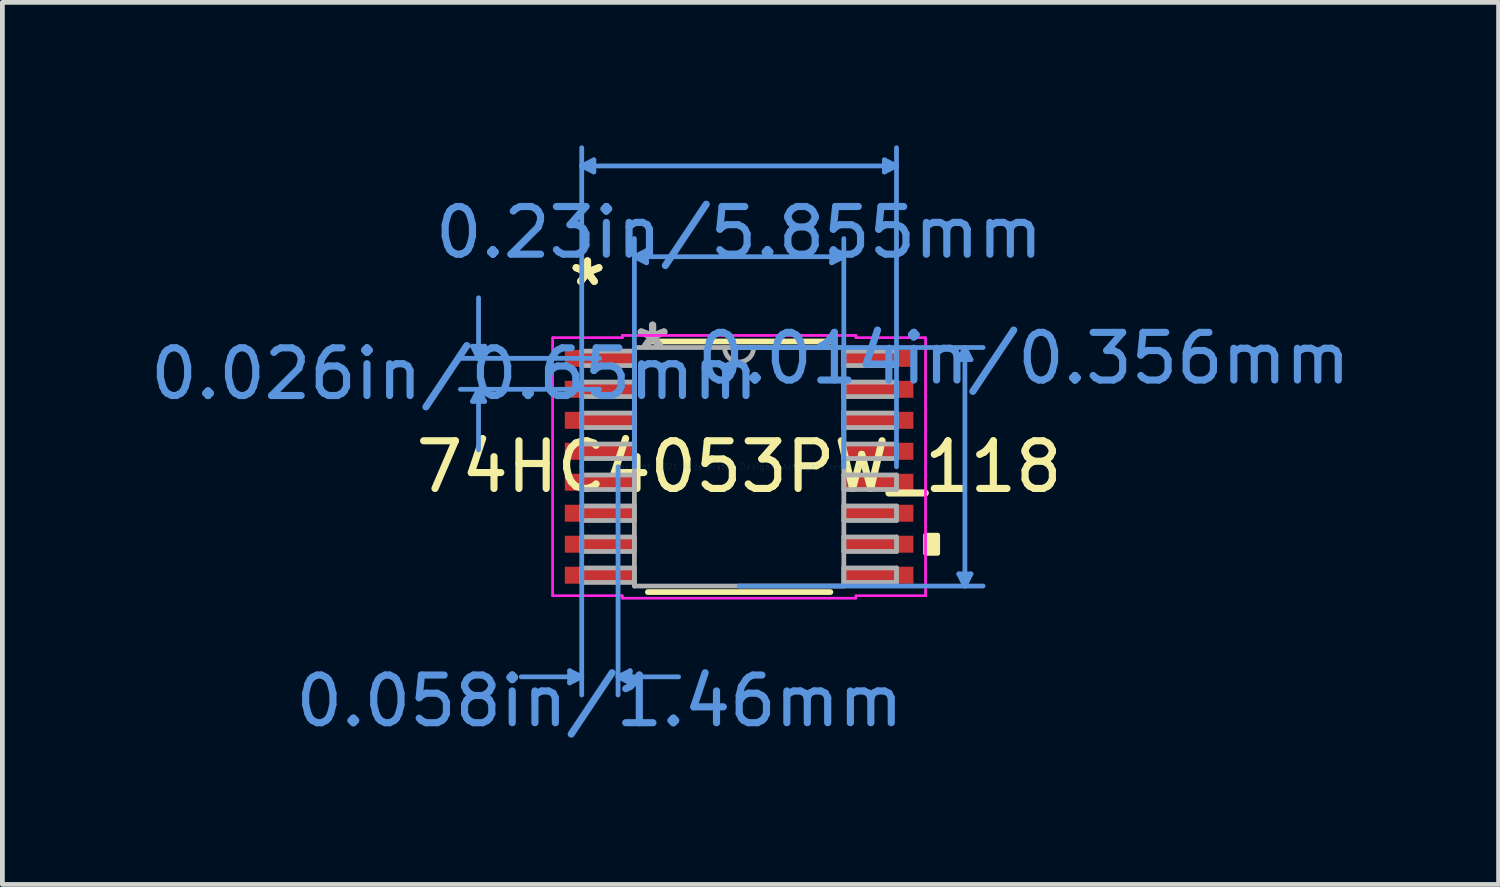
<source format=kicad_pcb>
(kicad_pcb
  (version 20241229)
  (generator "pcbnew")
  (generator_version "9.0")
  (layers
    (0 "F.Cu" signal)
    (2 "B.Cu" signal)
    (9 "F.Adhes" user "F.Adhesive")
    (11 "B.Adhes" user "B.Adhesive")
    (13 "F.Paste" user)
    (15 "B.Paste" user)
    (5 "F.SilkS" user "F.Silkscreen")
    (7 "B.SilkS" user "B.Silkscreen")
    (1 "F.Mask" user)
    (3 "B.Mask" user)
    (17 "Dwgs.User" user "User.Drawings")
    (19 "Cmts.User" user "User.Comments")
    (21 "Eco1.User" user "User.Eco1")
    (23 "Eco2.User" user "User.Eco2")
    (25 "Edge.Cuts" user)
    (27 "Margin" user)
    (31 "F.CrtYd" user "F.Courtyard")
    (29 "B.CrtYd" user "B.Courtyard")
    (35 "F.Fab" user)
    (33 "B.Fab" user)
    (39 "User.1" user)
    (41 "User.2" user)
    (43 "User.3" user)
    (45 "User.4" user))
  (footprint "74HC4053PW_118"
    (layer "F.Cu")
    (at 12.457 6.743)
    (property "Reference" "74HC4053PW_118" (at 0 0 0) (layer "F.SilkS") (effects (font (size 1 1) (thickness 0.15))))
    (attr through_hole)
    (fp_line (start -1.915 2.629) (end 1.915 2.629) (stroke (width 0.12) (type solid)) (layer "F.SilkS"))
    (fp_line (start 1.915 -2.629) (end -1.915 -2.629) (stroke (width 0.12) (type solid)) (layer "F.SilkS"))
    (fp_poly (pts (xy 4.166 1.435) (xy 4.166 1.816) (xy 3.912 1.816) (xy 3.912 1.435)) (stroke (width 0.1) (type solid)) (fill yes) (layer "F.SilkS"))
    (fp_line (start -5.594 -2.529) (end -5.34 -2.529) (stroke (width 0.1) (type solid)) (layer "Cmts.User"))
    (fp_line (start -5.594 -1.371) (end -5.34 -1.371) (stroke (width 0.1) (type solid)) (layer "Cmts.User"))
    (fp_line (start -5.467 -2.275) (end -5.594 -2.529) (stroke (width 0.1) (type solid)) (layer "Cmts.User"))
    (fp_line (start -5.467 -2.275) (end -5.467 -3.545) (stroke (width 0.1) (type solid)) (layer "Cmts.User"))
    (fp_line (start -5.467 -2.275) (end -5.34 -2.529) (stroke (width 0.1) (type solid)) (layer "Cmts.User"))
    (fp_line (start -5.467 -1.625) (end -5.594 -1.371) (stroke (width 0.1) (type solid)) (layer "Cmts.User"))
    (fp_line (start -5.467 -1.625) (end -5.467 -0.355) (stroke (width 0.1) (type solid)) (layer "Cmts.User"))
    (fp_line (start -5.467 -1.625) (end -5.34 -1.371) (stroke (width 0.1) (type solid)) (layer "Cmts.User"))
    (fp_line (start -3.556 4.28) (end -3.556 4.534) (stroke (width 0.1) (type solid)) (layer "Cmts.User"))
    (fp_line (start -3.302 -6.312) (end -3.048 -6.439) (stroke (width 0.1) (type solid)) (layer "Cmts.User"))
    (fp_line (start -3.302 -6.312) (end -3.048 -6.185) (stroke (width 0.1) (type solid)) (layer "Cmts.User"))
    (fp_line (start -3.302 -6.312) (end 3.302 -6.312) (stroke (width 0.1) (type solid)) (layer "Cmts.User"))
    (fp_line (start -3.302 0) (end -3.302 -6.693) (stroke (width 0.1) (type solid)) (layer "Cmts.User"))
    (fp_line (start -3.302 0) (end -3.302 4.788) (stroke (width 0.1) (type solid)) (layer "Cmts.User"))
    (fp_line (start -3.302 4.407) (end -4.572 4.407) (stroke (width 0.1) (type solid)) (layer "Cmts.User"))
    (fp_line (start -3.302 4.407) (end -3.556 4.28) (stroke (width 0.1) (type solid)) (layer "Cmts.User"))
    (fp_line (start -3.302 4.407) (end -3.556 4.534) (stroke (width 0.1) (type solid)) (layer "Cmts.User"))
    (fp_line (start -3.048 -6.439) (end -3.048 -6.185) (stroke (width 0.1) (type solid)) (layer "Cmts.User"))
    (fp_line (start -2.927 -2.275) (end -5.848 -2.275) (stroke (width 0.1) (type solid)) (layer "Cmts.User"))
    (fp_line (start -2.927 -1.625) (end -5.848 -1.625) (stroke (width 0.1) (type solid)) (layer "Cmts.User"))
    (fp_line (start -2.54 0) (end -2.54 4.788) (stroke (width 0.1) (type solid)) (layer "Cmts.User"))
    (fp_line (start -2.54 4.407) (end -2.286 4.28) (stroke (width 0.1) (type solid)) (layer "Cmts.User"))
    (fp_line (start -2.54 4.407) (end -2.286 4.534) (stroke (width 0.1) (type solid)) (layer "Cmts.User"))
    (fp_line (start -2.54 4.407) (end -1.27 4.407) (stroke (width 0.1) (type solid)) (layer "Cmts.User"))
    (fp_line (start -2.286 4.28) (end -2.286 4.534) (stroke (width 0.1) (type solid)) (layer "Cmts.User"))
    (fp_line (start -2.197 -4.407) (end -1.943 -4.534) (stroke (width 0.1) (type solid)) (layer "Cmts.User"))
    (fp_line (start -2.197 -4.407) (end -1.943 -4.28) (stroke (width 0.1) (type solid)) (layer "Cmts.User"))
    (fp_line (start -2.197 -4.407) (end 2.197 -4.407) (stroke (width 0.1) (type solid)) (layer "Cmts.User"))
    (fp_line (start -2.197 0) (end -2.197 -4.788) (stroke (width 0.1) (type solid)) (layer "Cmts.User"))
    (fp_line (start -1.943 -4.534) (end -1.943 -4.28) (stroke (width 0.1) (type solid)) (layer "Cmts.User"))
    (fp_line (start 0 -2.502) (end 5.118 -2.502) (stroke (width 0.1) (type solid)) (layer "Cmts.User"))
    (fp_line (start 0 2.502) (end 5.118 2.502) (stroke (width 0.1) (type solid)) (layer "Cmts.User"))
    (fp_line (start 1.943 -4.534) (end 1.943 -4.28) (stroke (width 0.1) (type solid)) (layer "Cmts.User"))
    (fp_line (start 2.197 -4.407) (end 1.943 -4.534) (stroke (width 0.1) (type solid)) (layer "Cmts.User"))
    (fp_line (start 2.197 -4.407) (end 1.943 -4.28) (stroke (width 0.1) (type solid)) (layer "Cmts.User"))
    (fp_line (start 2.197 0) (end 2.197 -4.788) (stroke (width 0.1) (type solid)) (layer "Cmts.User"))
    (fp_line (start 3.048 -6.439) (end 3.048 -6.185) (stroke (width 0.1) (type solid)) (layer "Cmts.User"))
    (fp_line (start 3.302 -6.312) (end 3.048 -6.439) (stroke (width 0.1) (type solid)) (layer "Cmts.User"))
    (fp_line (start 3.302 -6.312) (end 3.048 -6.185) (stroke (width 0.1) (type solid)) (layer "Cmts.User"))
    (fp_line (start 3.302 0) (end 3.302 -6.693) (stroke (width 0.1) (type solid)) (layer "Cmts.User"))
    (fp_line (start 4.61 -2.248) (end 4.864 -2.248) (stroke (width 0.1) (type solid)) (layer "Cmts.User"))
    (fp_line (start 4.61 2.248) (end 4.864 2.248) (stroke (width 0.1) (type solid)) (layer "Cmts.User"))
    (fp_line (start 4.737 -2.502) (end 4.61 -2.248) (stroke (width 0.1) (type solid)) (layer "Cmts.User"))
    (fp_line (start 4.737 -2.502) (end 4.737 2.502) (stroke (width 0.1) (type solid)) (layer "Cmts.User"))
    (fp_line (start 4.737 -2.502) (end 4.864 -2.248) (stroke (width 0.1) (type solid)) (layer "Cmts.User"))
    (fp_line (start 4.737 2.502) (end 4.61 2.248) (stroke (width 0.1) (type solid)) (layer "Cmts.User"))
    (fp_line (start 4.737 2.502) (end 4.864 2.248) (stroke (width 0.1) (type solid)) (layer "Cmts.User"))
    (fp_line (start -3.912 -2.707) (end -2.451 -2.707) (stroke (width 0.05) (type solid)) (layer "F.CrtYd"))
    (fp_line (start -3.912 -2.707) (end -2.451 -2.707) (stroke (width 0.05) (type solid)) (layer "F.CrtYd"))
    (fp_line (start -3.912 2.707) (end -3.912 -2.707) (stroke (width 0.05) (type solid)) (layer "F.CrtYd"))
    (fp_line (start -3.912 2.707) (end -3.912 -2.707) (stroke (width 0.05) (type solid)) (layer "F.CrtYd"))
    (fp_line (start -3.912 2.707) (end -2.451 2.707) (stroke (width 0.05) (type solid)) (layer "F.CrtYd"))
    (fp_line (start -2.451 -2.756) (end 2.451 -2.756) (stroke (width 0.05) (type solid)) (layer "F.CrtYd"))
    (fp_line (start -2.451 -2.756) (end 2.451 -2.756) (stroke (width 0.05) (type solid)) (layer "F.CrtYd"))
    (fp_line (start -2.451 -2.707) (end -2.451 -2.756) (stroke (width 0.05) (type solid)) (layer "F.CrtYd"))
    (fp_line (start -2.451 -2.707) (end -2.451 -2.756) (stroke (width 0.05) (type solid)) (layer "F.CrtYd"))
    (fp_line (start -2.451 2.707) (end -3.912 2.707) (stroke (width 0.05) (type solid)) (layer "F.CrtYd"))
    (fp_line (start -2.451 2.756) (end -2.451 2.707) (stroke (width 0.05) (type solid)) (layer "F.CrtYd"))
    (fp_line (start -2.451 2.756) (end -2.451 2.707) (stroke (width 0.05) (type solid)) (layer "F.CrtYd"))
    (fp_line (start 2.451 -2.756) (end 2.451 -2.707) (stroke (width 0.05) (type solid)) (layer "F.CrtYd"))
    (fp_line (start 2.451 -2.756) (end 2.451 -2.707) (stroke (width 0.05) (type solid)) (layer "F.CrtYd"))
    (fp_line (start 2.451 -2.707) (end 3.912 -2.707) (stroke (width 0.05) (type solid)) (layer "F.CrtYd"))
    (fp_line (start 2.451 2.707) (end 2.451 2.756) (stroke (width 0.05) (type solid)) (layer "F.CrtYd"))
    (fp_line (start 2.451 2.707) (end 2.451 2.756) (stroke (width 0.05) (type solid)) (layer "F.CrtYd"))
    (fp_line (start 2.451 2.756) (end -2.451 2.756) (stroke (width 0.05) (type solid)) (layer "F.CrtYd"))
    (fp_line (start 2.451 2.756) (end -2.451 2.756) (stroke (width 0.05) (type solid)) (layer "F.CrtYd"))
    (fp_line (start 3.912 -2.707) (end 2.451 -2.707) (stroke (width 0.05) (type solid)) (layer "F.CrtYd"))
    (fp_line (start 3.912 -2.707) (end 3.912 2.707) (stroke (width 0.05) (type solid)) (layer "F.CrtYd"))
    (fp_line (start 3.912 -2.707) (end 3.912 2.707) (stroke (width 0.05) (type solid)) (layer "F.CrtYd"))
    (fp_line (start 3.912 2.707) (end 2.451 2.707) (stroke (width 0.05) (type solid)) (layer "F.CrtYd"))
    (fp_line (start 3.912 2.707) (end 2.451 2.707) (stroke (width 0.05) (type solid)) (layer "F.CrtYd"))
    (fp_line (start -3.302 -2.427) (end -3.302 -2.123) (stroke (width 0.1) (type solid)) (layer "F.Fab"))
    (fp_line (start -3.302 -2.123) (end -2.197 -2.123) (stroke (width 0.1) (type solid)) (layer "F.Fab"))
    (fp_line (start -3.302 -1.777) (end -3.302 -1.473) (stroke (width 0.1) (type solid)) (layer "F.Fab"))
    (fp_line (start -3.302 -1.473) (end -2.197 -1.473) (stroke (width 0.1) (type solid)) (layer "F.Fab"))
    (fp_line (start -3.302 -1.127) (end -3.302 -0.823) (stroke (width 0.1) (type solid)) (layer "F.Fab"))
    (fp_line (start -3.302 -0.823) (end -2.197 -0.823) (stroke (width 0.1) (type solid)) (layer "F.Fab"))
    (fp_line (start -3.302 -0.477) (end -3.302 -0.173) (stroke (width 0.1) (type solid)) (layer "F.Fab"))
    (fp_line (start -3.302 -0.173) (end -2.197 -0.173) (stroke (width 0.1) (type solid)) (layer "F.Fab"))
    (fp_line (start -3.302 0.173) (end -3.302 0.477) (stroke (width 0.1) (type solid)) (layer "F.Fab"))
    (fp_line (start -3.302 0.477) (end -2.197 0.477) (stroke (width 0.1) (type solid)) (layer "F.Fab"))
    (fp_line (start -3.302 0.823) (end -3.302 1.127) (stroke (width 0.1) (type solid)) (layer "F.Fab"))
    (fp_line (start -3.302 1.127) (end -2.197 1.127) (stroke (width 0.1) (type solid)) (layer "F.Fab"))
    (fp_line (start -3.302 1.473) (end -3.302 1.777) (stroke (width 0.1) (type solid)) (layer "F.Fab"))
    (fp_line (start -3.302 1.777) (end -2.197 1.777) (stroke (width 0.1) (type solid)) (layer "F.Fab"))
    (fp_line (start -3.302 2.123) (end -3.302 2.427) (stroke (width 0.1) (type solid)) (layer "F.Fab"))
    (fp_line (start -3.302 2.427) (end -2.197 2.427) (stroke (width 0.1) (type solid)) (layer "F.Fab"))
    (fp_line (start -2.197 -2.502) (end -2.197 2.502) (stroke (width 0.1) (type solid)) (layer "F.Fab"))
    (fp_line (start -2.197 -2.427) (end -3.302 -2.427) (stroke (width 0.1) (type solid)) (layer "F.Fab"))
    (fp_line (start -2.197 -2.123) (end -2.197 -2.427) (stroke (width 0.1) (type solid)) (layer "F.Fab"))
    (fp_line (start -2.197 -1.777) (end -3.302 -1.777) (stroke (width 0.1) (type solid)) (layer "F.Fab"))
    (fp_line (start -2.197 -1.473) (end -2.197 -1.777) (stroke (width 0.1) (type solid)) (layer "F.Fab"))
    (fp_line (start -2.197 -1.127) (end -3.302 -1.127) (stroke (width 0.1) (type solid)) (layer "F.Fab"))
    (fp_line (start -2.197 -0.823) (end -2.197 -1.127) (stroke (width 0.1) (type solid)) (layer "F.Fab"))
    (fp_line (start -2.197 -0.477) (end -3.302 -0.477) (stroke (width 0.1) (type solid)) (layer "F.Fab"))
    (fp_line (start -2.197 -0.173) (end -2.197 -0.477) (stroke (width 0.1) (type solid)) (layer "F.Fab"))
    (fp_line (start -2.197 0.173) (end -3.302 0.173) (stroke (width 0.1) (type solid)) (layer "F.Fab"))
    (fp_line (start -2.197 0.477) (end -2.197 0.173) (stroke (width 0.1) (type solid)) (layer "F.Fab"))
    (fp_line (start -2.197 0.823) (end -3.302 0.823) (stroke (width 0.1) (type solid)) (layer "F.Fab"))
    (fp_line (start -2.197 1.127) (end -2.197 0.823) (stroke (width 0.1) (type solid)) (layer "F.Fab"))
    (fp_line (start -2.197 1.473) (end -3.302 1.473) (stroke (width 0.1) (type solid)) (layer "F.Fab"))
    (fp_line (start -2.197 1.777) (end -2.197 1.473) (stroke (width 0.1) (type solid)) (layer "F.Fab"))
    (fp_line (start -2.197 2.123) (end -3.302 2.123) (stroke (width 0.1) (type solid)) (layer "F.Fab"))
    (fp_line (start -2.197 2.427) (end -2.197 2.123) (stroke (width 0.1) (type solid)) (layer "F.Fab"))
    (fp_line (start -2.197 2.502) (end 2.197 2.502) (stroke (width 0.1) (type solid)) (layer "F.Fab"))
    (fp_line (start 2.197 -2.502) (end -2.197 -2.502) (stroke (width 0.1) (type solid)) (layer "F.Fab"))
    (fp_line (start 2.197 -2.427) (end 2.197 -2.123) (stroke (width 0.1) (type solid)) (layer "F.Fab"))
    (fp_line (start 2.197 -2.123) (end 3.302 -2.123) (stroke (width 0.1) (type solid)) (layer "F.Fab"))
    (fp_line (start 2.197 -1.777) (end 2.197 -1.473) (stroke (width 0.1) (type solid)) (layer "F.Fab"))
    (fp_line (start 2.197 -1.473) (end 3.302 -1.473) (stroke (width 0.1) (type solid)) (layer "F.Fab"))
    (fp_line (start 2.197 -1.127) (end 2.197 -0.823) (stroke (width 0.1) (type solid)) (layer "F.Fab"))
    (fp_line (start 2.197 -0.823) (end 3.302 -0.823) (stroke (width 0.1) (type solid)) (layer "F.Fab"))
    (fp_line (start 2.197 -0.477) (end 2.197 -0.173) (stroke (width 0.1) (type solid)) (layer "F.Fab"))
    (fp_line (start 2.197 -0.173) (end 3.302 -0.173) (stroke (width 0.1) (type solid)) (layer "F.Fab"))
    (fp_line (start 2.197 0.173) (end 2.197 0.477) (stroke (width 0.1) (type solid)) (layer "F.Fab"))
    (fp_line (start 2.197 0.477) (end 3.302 0.477) (stroke (width 0.1) (type solid)) (layer "F.Fab"))
    (fp_line (start 2.197 0.823) (end 2.197 1.127) (stroke (width 0.1) (type solid)) (layer "F.Fab"))
    (fp_line (start 2.197 1.127) (end 3.302 1.127) (stroke (width 0.1) (type solid)) (layer "F.Fab"))
    (fp_line (start 2.197 1.473) (end 2.197 1.777) (stroke (width 0.1) (type solid)) (layer "F.Fab"))
    (fp_line (start 2.197 1.777) (end 3.302 1.777) (stroke (width 0.1) (type solid)) (layer "F.Fab"))
    (fp_line (start 2.197 2.123) (end 2.197 2.427) (stroke (width 0.1) (type solid)) (layer "F.Fab"))
    (fp_line (start 2.197 2.427) (end 3.302 2.427) (stroke (width 0.1) (type solid)) (layer "F.Fab"))
    (fp_line (start 2.197 2.502) (end 2.197 -2.502) (stroke (width 0.1) (type solid)) (layer "F.Fab"))
    (fp_line (start 3.302 -2.427) (end 2.197 -2.427) (stroke (width 0.1) (type solid)) (layer "F.Fab"))
    (fp_line (start 3.302 -2.123) (end 3.302 -2.427) (stroke (width 0.1) (type solid)) (layer "F.Fab"))
    (fp_line (start 3.302 -1.777) (end 2.197 -1.777) (stroke (width 0.1) (type solid)) (layer "F.Fab"))
    (fp_line (start 3.302 -1.473) (end 3.302 -1.777) (stroke (width 0.1) (type solid)) (layer "F.Fab"))
    (fp_line (start 3.302 -1.127) (end 2.197 -1.127) (stroke (width 0.1) (type solid)) (layer "F.Fab"))
    (fp_line (start 3.302 -0.823) (end 3.302 -1.127) (stroke (width 0.1) (type solid)) (layer "F.Fab"))
    (fp_line (start 3.302 -0.477) (end 2.197 -0.477) (stroke (width 0.1) (type solid)) (layer "F.Fab"))
    (fp_line (start 3.302 -0.173) (end 3.302 -0.477) (stroke (width 0.1) (type solid)) (layer "F.Fab"))
    (fp_line (start 3.302 0.173) (end 2.197 0.173) (stroke (width 0.1) (type solid)) (layer "F.Fab"))
    (fp_line (start 3.302 0.477) (end 3.302 0.173) (stroke (width 0.1) (type solid)) (layer "F.Fab"))
    (fp_line (start 3.302 0.823) (end 2.197 0.823) (stroke (width 0.1) (type solid)) (layer "F.Fab"))
    (fp_line (start 3.302 1.127) (end 3.302 0.823) (stroke (width 0.1) (type solid)) (layer "F.Fab"))
    (fp_line (start 3.302 1.473) (end 2.197 1.473) (stroke (width 0.1) (type solid)) (layer "F.Fab"))
    (fp_line (start 3.302 1.777) (end 3.302 1.473) (stroke (width 0.1) (type solid)) (layer "F.Fab"))
    (fp_line (start 3.302 2.123) (end 2.197 2.123) (stroke (width 0.1) (type solid)) (layer "F.Fab"))
    (fp_line (start 3.302 2.427) (end 3.302 2.123) (stroke (width 0.1) (type solid)) (layer "F.Fab"))
    (fp_arc (start 0.3048 -2.5019) (mid 0 -2.1971) (end -0.3048 -2.5019) (stroke (width 0.1) (type solid)) (layer "F.Fab"))
    (fp_text user "*" (at -3.181 -3.774 0) (layer "F.SilkS") (effects (font (size 1 1) (thickness 0.15))))
    (fp_text user "*" (at -3.181 -3.774 0) (layer "F.SilkS") (effects (font (size 1 1) (thickness 0.15))))
    (fp_text user "0.23in/5.855mm" (at 0 -4.915 0) (layer "Cmts.User") (effects (font (size 1 1) (thickness 0.15))))
    (fp_text user "0.058in/1.46mm" (at -2.927 4.915 0) (layer "Cmts.User") (effects (font (size 1 1) (thickness 0.15))))
    (fp_text user "0.014in/0.356mm" (at 5.975 -2.275 0) (layer "Cmts.User") (effects (font (size 1 1) (thickness 0.15))))
    (fp_text user "Copyright 2021 Accelerated Designs. All rights reserved." (at 0 0 0) (layer "Cmts.User") (effects (font (size 0.127 0.127) (thickness 0.002))))
    (fp_text user "0.026in/0.65mm" (at -5.975 -1.95 0) (layer "Cmts.User") (effects (font (size 1 1) (thickness 0.15))))
    (fp_text user "*" (at -1.816 -2.426 0) (layer "F.Fab") (effects (font (size 1 1) (thickness 0.15))))
    (fp_text user "*" (at -1.816 -2.426 0) (layer "F.Fab") (effects (font (size 1 1) (thickness 0.15))))
    (pad "1" smd rect (at -2.927 -2.275) (size 1.46 0.356) (layers "F.Cu" "F.Mask" "F.Paste"))
    (pad "2" smd rect (at -2.927 -1.625) (size 1.46 0.356) (layers "F.Cu" "F.Mask" "F.Paste"))
    (pad "3" smd rect (at -2.927 -0.975) (size 1.46 0.356) (layers "F.Cu" "F.Mask" "F.Paste"))
    (pad "4" smd rect (at -2.927 -0.325) (size 1.46 0.356) (layers "F.Cu" "F.Mask" "F.Paste"))
    (pad "5" smd rect (at -2.927 0.325) (size 1.46 0.356) (layers "F.Cu" "F.Mask" "F.Paste"))
    (pad "6" smd rect (at -2.927 0.975) (size 1.46 0.356) (layers "F.Cu" "F.Mask" "F.Paste"))
    (pad "7" smd rect (at -2.927 1.625) (size 1.46 0.356) (layers "F.Cu" "F.Mask" "F.Paste"))
    (pad "8" smd rect (at -2.927 2.275) (size 1.46 0.356) (layers "F.Cu" "F.Mask" "F.Paste"))
    (pad "9" smd rect (at 2.927 2.275) (size 1.46 0.356) (layers "F.Cu" "F.Mask" "F.Paste"))
    (pad "10" smd rect (at 2.927 1.625) (size 1.46 0.356) (layers "F.Cu" "F.Mask" "F.Paste"))
    (pad "11" smd rect (at 2.927 0.975) (size 1.46 0.356) (layers "F.Cu" "F.Mask" "F.Paste"))
    (pad "12" smd rect (at 2.927 0.325) (size 1.46 0.356) (layers "F.Cu" "F.Mask" "F.Paste"))
    (pad "13" smd rect (at 2.927 -0.325) (size 1.46 0.356) (layers "F.Cu" "F.Mask" "F.Paste"))
    (pad "14" smd rect (at 2.927 -0.975) (size 1.46 0.356) (layers "F.Cu" "F.Mask" "F.Paste"))
    (pad "15" smd rect (at 2.927 -1.625) (size 1.46 0.356) (layers "F.Cu" "F.Mask" "F.Paste"))
    (pad "16" smd rect (at 2.927 -2.275) (size 1.46 0.356) (layers "F.Cu" "F.Mask" "F.Paste")))
  (gr_rect
    (start -3 -3)
    (end 28.391 15.506)
    (stroke (width 0.1) (type default))
    (fill no)
    (layer "Edge.Cuts")))
</source>
